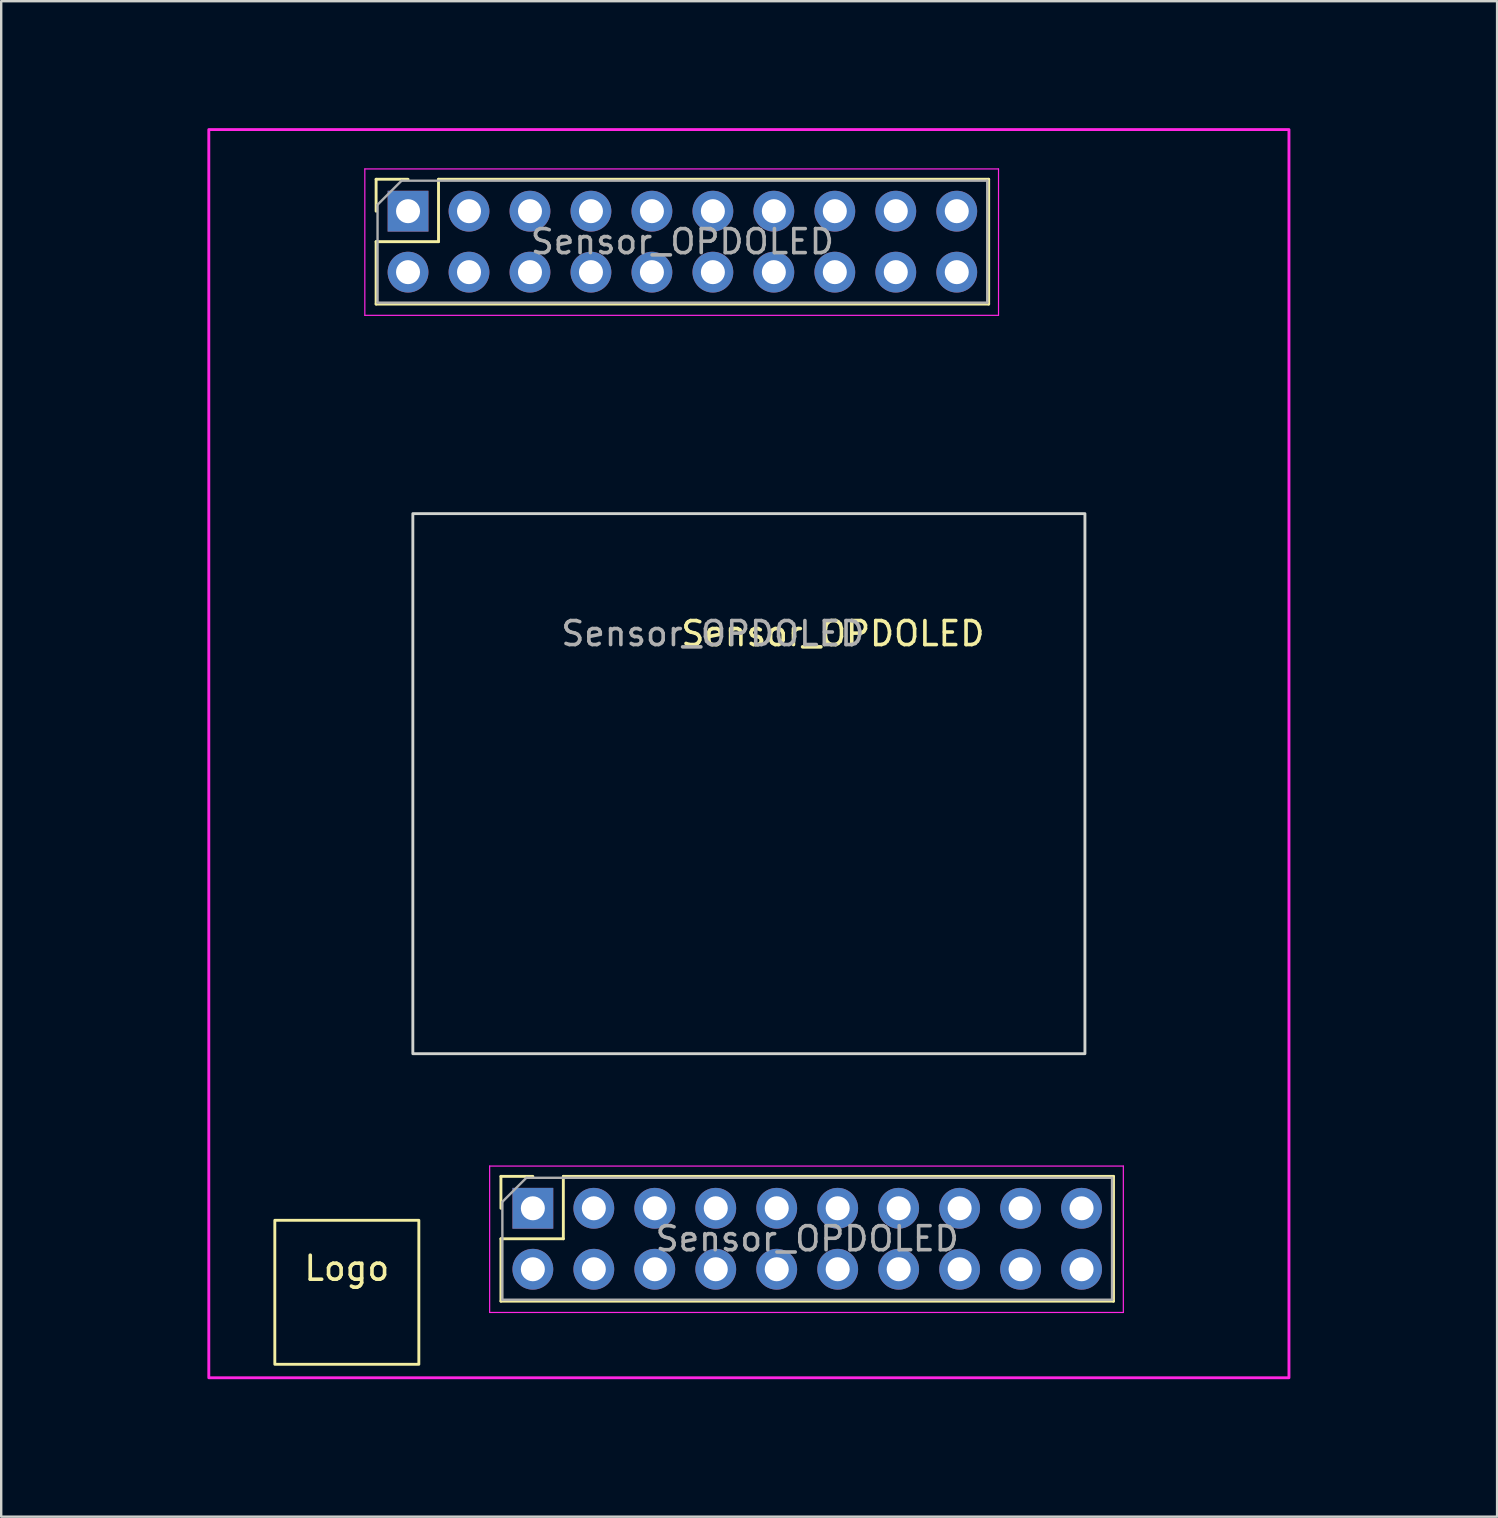
<source format=kicad_pcb>
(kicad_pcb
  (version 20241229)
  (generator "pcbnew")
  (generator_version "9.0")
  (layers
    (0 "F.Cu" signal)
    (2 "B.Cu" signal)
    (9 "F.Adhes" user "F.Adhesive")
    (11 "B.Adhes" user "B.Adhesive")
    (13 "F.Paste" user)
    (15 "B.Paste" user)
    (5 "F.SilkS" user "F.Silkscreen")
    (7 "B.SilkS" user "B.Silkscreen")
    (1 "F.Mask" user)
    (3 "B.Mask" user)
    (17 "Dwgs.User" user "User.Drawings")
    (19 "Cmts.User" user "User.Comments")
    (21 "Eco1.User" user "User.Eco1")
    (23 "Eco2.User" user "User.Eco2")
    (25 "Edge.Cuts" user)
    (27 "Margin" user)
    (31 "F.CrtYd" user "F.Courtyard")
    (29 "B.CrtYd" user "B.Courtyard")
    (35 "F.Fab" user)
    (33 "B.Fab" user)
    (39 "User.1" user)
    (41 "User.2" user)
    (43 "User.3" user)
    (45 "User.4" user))
  (footprint "Sensor_OPDOLED"
    (layer "F.Cu")
    (at 19.029 8.288)
    (property "Reference" "Sensor_OPDOLED" (at 12.62 15.06 0) (unlocked yes) (layer "F.SilkS") (effects (font (size 1 1) (thickness 0.15))))
    (attr through_hole)
    (fp_line (start -6.41 -3.87) (end -5.08 -3.87) (stroke (width 0.12) (type solid)) (layer "F.SilkS"))
    (fp_line (start -6.41 -2.54) (end -6.41 -3.87) (stroke (width 0.12) (type solid)) (layer "F.SilkS"))
    (fp_line (start -6.41 -1.27) (end -3.81 -1.27) (stroke (width 0.12) (type solid)) (layer "F.SilkS"))
    (fp_line (start -6.41 1.33) (end -6.41 -1.27) (stroke (width 0.12) (type solid)) (layer "F.SilkS"))
    (fp_line (start -6.41 1.33) (end 19.11 1.33) (stroke (width 0.12) (type solid)) (layer "F.SilkS"))
    (fp_line (start -3.81 -3.87) (end 19.11 -3.87) (stroke (width 0.12) (type solid)) (layer "F.SilkS"))
    (fp_line (start -3.81 -1.27) (end -3.81 -3.87) (stroke (width 0.12) (type solid)) (layer "F.SilkS"))
    (fp_line (start -1.21 37.67) (end 0.12 37.67) (stroke (width 0.12) (type solid)) (layer "F.SilkS"))
    (fp_line (start -1.21 39) (end -1.21 37.67) (stroke (width 0.12) (type solid)) (layer "F.SilkS"))
    (fp_line (start -1.21 40.27) (end 1.39 40.27) (stroke (width 0.12) (type solid)) (layer "F.SilkS"))
    (fp_line (start -1.21 42.87) (end -1.21 40.27) (stroke (width 0.12) (type solid)) (layer "F.SilkS"))
    (fp_line (start -1.21 42.87) (end 24.31 42.87) (stroke (width 0.12) (type solid)) (layer "F.SilkS"))
    (fp_line (start 1.39 37.67) (end 24.31 37.67) (stroke (width 0.12) (type solid)) (layer "F.SilkS"))
    (fp_line (start 1.39 40.27) (end 1.39 37.67) (stroke (width 0.12) (type solid)) (layer "F.SilkS"))
    (fp_line (start 19.11 1.33) (end 19.11 -3.87) (stroke (width 0.12) (type solid)) (layer "F.SilkS"))
    (fp_line (start 24.31 42.87) (end 24.31 37.67) (stroke (width 0.12) (type solid)) (layer "F.SilkS"))
    (fp_rect (start -4.63 45.5) (end -10.63 39.5) (stroke (width 0.12) (type solid)) (fill no) (layer "F.SilkS"))
    (fp_rect (start -4.88 10.06) (end 23.12 32.56) (stroke (width 0.12) (type solid)) (fill no) (layer "Edge.Cuts"))
    (fp_line (start -6.88 -4.3) (end 19.52 -4.3) (stroke (width 0.05) (type solid)) (layer "F.CrtYd"))
    (fp_line (start -6.88 1.8) (end -6.88 -4.3) (stroke (width 0.05) (type solid)) (layer "F.CrtYd"))
    (fp_line (start -1.68 37.24) (end 24.72 37.24) (stroke (width 0.05) (type solid)) (layer "F.CrtYd"))
    (fp_line (start -1.68 43.34) (end -1.68 37.24) (stroke (width 0.05) (type solid)) (layer "F.CrtYd"))
    (fp_line (start 19.52 -4.3) (end 19.52 1.8) (stroke (width 0.05) (type solid)) (layer "F.CrtYd"))
    (fp_line (start 19.52 1.8) (end -6.88 1.8) (stroke (width 0.05) (type solid)) (layer "F.CrtYd"))
    (fp_line (start 24.72 37.24) (end 24.72 43.34) (stroke (width 0.05) (type solid)) (layer "F.CrtYd"))
    (fp_line (start 24.72 43.34) (end -1.68 43.34) (stroke (width 0.05) (type solid)) (layer "F.CrtYd"))
    (fp_rect (start -13.38 -5.94) (end 31.62 46.06) (stroke (width 0.12) (type solid)) (fill no) (layer "F.CrtYd"))
    (fp_line (start -6.35 -2.81) (end -5.35 -3.81) (stroke (width 0.1) (type solid)) (layer "F.Fab"))
    (fp_line (start -6.35 1.27) (end -6.35 -2.81) (stroke (width 0.1) (type solid)) (layer "F.Fab"))
    (fp_line (start -5.35 -3.81) (end 19.05 -3.81) (stroke (width 0.1) (type solid)) (layer "F.Fab"))
    (fp_line (start -1.15 38.73) (end -0.15 37.73) (stroke (width 0.1) (type solid)) (layer "F.Fab"))
    (fp_line (start -1.15 42.81) (end -1.15 38.73) (stroke (width 0.1) (type solid)) (layer "F.Fab"))
    (fp_line (start -0.15 37.73) (end 24.25 37.73) (stroke (width 0.1) (type solid)) (layer "F.Fab"))
    (fp_line (start 19.05 -3.81) (end 19.05 1.27) (stroke (width 0.1) (type solid)) (layer "F.Fab"))
    (fp_line (start 19.05 1.27) (end -6.35 1.27) (stroke (width 0.1) (type solid)) (layer "F.Fab"))
    (fp_line (start 24.25 37.73) (end 24.25 42.81) (stroke (width 0.1) (type solid)) (layer "F.Fab"))
    (fp_line (start 24.25 42.81) (end -1.15 42.81) (stroke (width 0.1) (type solid)) (layer "F.Fab"))
    (fp_line (start -13.38 -2.54) (end -5.08 -2.54) (stroke (width 0.12) (type solid)) (layer "User.1"))
    (fp_line (start -13.38 39) (end 0.12 39) (stroke (width 0.12) (type solid)) (layer "User.1"))
    (fp_line (start -5.08 -5.94) (end -5.08 -2.54) (stroke (width 0.12) (type solid)) (layer "User.1"))
    (fp_line (start -4.88 11) (end -13.38 11) (stroke (width 0.12) (type solid)) (layer "User.1"))
    (fp_line (start 0 0) (end 0 39) (stroke (width 0.12) (type solid)) (layer "User.1"))
    (fp_line (start 22.25 10) (end 22.25 -6) (stroke (width 0.12) (type solid)) (layer "User.1"))
    (fp_line (start 31.62 10.75) (end 23.12 10.75) (stroke (width 0.12) (type solid)) (layer "User.1"))
    (fp_text user "Logo" (at -7.63 41.5 0) (unlocked yes) (layer "F.SilkS") (effects (font (size 1 1) (thickness 0.15))))
    (fp_text user "${REFERENCE}" (at 6.35 -1.27 180) (layer "F.Fab") (effects (font (size 1 1) (thickness 0.15))))
    (fp_text user "${REFERENCE}" (at 7.62 15.06 0) (unlocked yes) (layer "F.Fab") (effects (font (size 1 1) (thickness 0.15))))
    (fp_text user "${REFERENCE}" (at 11.55 40.27 180) (layer "F.Fab") (effects (font (size 1 1) (thickness 0.15))))
    (fp_text user "20.5mm" (at -8.38 22.06 0) (unlocked yes) (layer "User.1") (effects (font (size 1 1) (thickness 0.15))))
    (fp_text user "13.5mm" (at -7.63 38 0) (unlocked yes) (layer "User.1") (effects (font (size 1 1) (thickness 0.15))))
    (fp_text user "3.4mm" (at -16.38 -4.44 0) (unlocked yes) (layer "User.1") (effects (font (size 1 1) (thickness 0.15))))
    (fp_text user "8.3mm" (at -8.88 -7.44 0) (unlocked yes) (layer "User.1") (effects (font (size 1 1) (thickness 0.15))))
    (fp_text user "39mm" (at 3.5 20.5 0) (unlocked yes) (layer "User.1") (effects (font (size 1 1) (thickness 0.15))))
    (fp_text user "8.5mm" (at -9.25 9.25 0) (unlocked yes) (layer "User.1") (effects (font (size 1 1) (thickness 0.15))))
    (fp_text user "52mm" (at 34.88 19.46 0) (unlocked yes) (layer "User.1") (effects (font (size 1 1) (thickness 0.15))))
    (fp_text user "45mm" (at 9.25 48 0) (unlocked yes) (layer "User.1") (effects (font (size 1 1) (thickness 0.15))))
    (fp_text user "16mm" (at 26.12 2.06 0) (unlocked yes) (layer "User.1") (effects (font (size 1 1) (thickness 0.15))))
    (fp_text user "8.5mm" (at 27.12 8.56 0) (unlocked yes) (layer "User.1") (effects (font (size 1 1) (thickness 0.15))))
    (pad "1" thru_hole rect (at -5.08 -2.54 90) (size 1.7 1.7) (drill 1) (layers "*.Cu" "*.Mask"))
    (pad "1" thru_hole rect (at 0.12 39 90) (size 1.7 1.7) (drill 1) (layers "*.Cu" "*.Mask"))
    (pad "2" thru_hole oval (at -5.08 0 90) (size 1.7 1.7) (drill 1) (layers "*.Cu" "*.Mask"))
    (pad "2" thru_hole oval (at 0.12 41.54 90) (size 1.7 1.7) (drill 1) (layers "*.Cu" "*.Mask"))
    (pad "3" thru_hole oval (at -2.54 -2.54 90) (size 1.7 1.7) (drill 1) (layers "*.Cu" "*.Mask"))
    (pad "3" thru_hole oval (at 2.66 39 90) (size 1.7 1.7) (drill 1) (layers "*.Cu" "*.Mask"))
    (pad "4" thru_hole oval (at -2.54 0 90) (size 1.7 1.7) (drill 1) (layers "*.Cu" "*.Mask"))
    (pad "4" thru_hole oval (at 2.66 41.54 90) (size 1.7 1.7) (drill 1) (layers "*.Cu" "*.Mask"))
    (pad "5" thru_hole oval (at 0 -2.54 90) (size 1.7 1.7) (drill 1) (layers "*.Cu" "*.Mask"))
    (pad "5" thru_hole oval (at 5.2 39 90) (size 1.7 1.7) (drill 1) (layers "*.Cu" "*.Mask"))
    (pad "6" thru_hole oval (at 0 0 90) (size 1.7 1.7) (drill 1) (layers "*.Cu" "*.Mask"))
    (pad "6" thru_hole oval (at 5.2 41.54 90) (size 1.7 1.7) (drill 1) (layers "*.Cu" "*.Mask"))
    (pad "7" thru_hole oval (at 2.54 -2.54 90) (size 1.7 1.7) (drill 1) (layers "*.Cu" "*.Mask"))
    (pad "7" thru_hole oval (at 7.74 39 90) (size 1.7 1.7) (drill 1) (layers "*.Cu" "*.Mask"))
    (pad "8" thru_hole oval (at 2.54 0 90) (size 1.7 1.7) (drill 1) (layers "*.Cu" "*.Mask"))
    (pad "8" thru_hole oval (at 7.74 41.54 90) (size 1.7 1.7) (drill 1) (layers "*.Cu" "*.Mask"))
    (pad "9" thru_hole oval (at 5.08 -2.54 90) (size 1.7 1.7) (drill 1) (layers "*.Cu" "*.Mask"))
    (pad "9" thru_hole oval (at 10.28 39 90) (size 1.7 1.7) (drill 1) (layers "*.Cu" "*.Mask"))
    (pad "10" thru_hole oval (at 5.08 0 90) (size 1.7 1.7) (drill 1) (layers "*.Cu" "*.Mask"))
    (pad "10" thru_hole oval (at 10.28 41.54 90) (size 1.7 1.7) (drill 1) (layers "*.Cu" "*.Mask"))
    (pad "11" thru_hole oval (at 7.62 -2.54 90) (size 1.7 1.7) (drill 1) (layers "*.Cu" "*.Mask"))
    (pad "11" thru_hole oval (at 12.82 39 90) (size 1.7 1.7) (drill 1) (layers "*.Cu" "*.Mask"))
    (pad "12" thru_hole oval (at 7.62 0 90) (size 1.7 1.7) (drill 1) (layers "*.Cu" "*.Mask"))
    (pad "12" thru_hole oval (at 12.82 41.54 90) (size 1.7 1.7) (drill 1) (layers "*.Cu" "*.Mask"))
    (pad "13" thru_hole oval (at 10.16 -2.54 90) (size 1.7 1.7) (drill 1) (layers "*.Cu" "*.Mask"))
    (pad "13" thru_hole oval (at 15.36 39 90) (size 1.7 1.7) (drill 1) (layers "*.Cu" "*.Mask"))
    (pad "14" thru_hole oval (at 10.16 0 90) (size 1.7 1.7) (drill 1) (layers "*.Cu" "*.Mask"))
    (pad "14" thru_hole oval (at 15.36 41.54 90) (size 1.7 1.7) (drill 1) (layers "*.Cu" "*.Mask"))
    (pad "15" thru_hole oval (at 12.7 -2.54 90) (size 1.7 1.7) (drill 1) (layers "*.Cu" "*.Mask"))
    (pad "15" thru_hole oval (at 17.9 39 90) (size 1.7 1.7) (drill 1) (layers "*.Cu" "*.Mask"))
    (pad "16" thru_hole oval (at 12.7 0 90) (size 1.7 1.7) (drill 1) (layers "*.Cu" "*.Mask"))
    (pad "16" thru_hole oval (at 17.9 41.54 90) (size 1.7 1.7) (drill 1) (layers "*.Cu" "*.Mask"))
    (pad "17" thru_hole oval (at 15.24 -2.54 90) (size 1.7 1.7) (drill 1) (layers "*.Cu" "*.Mask"))
    (pad "17" thru_hole oval (at 20.44 39 90) (size 1.7 1.7) (drill 1) (layers "*.Cu" "*.Mask"))
    (pad "18" thru_hole oval (at 15.24 0 90) (size 1.7 1.7) (drill 1) (layers "*.Cu" "*.Mask"))
    (pad "18" thru_hole oval (at 20.44 41.54 90) (size 1.7 1.7) (drill 1) (layers "*.Cu" "*.Mask"))
    (pad "19" thru_hole oval (at 17.78 -2.54 90) (size 1.7 1.7) (drill 1) (layers "*.Cu" "*.Mask"))
    (pad "19" thru_hole oval (at 22.98 39 90) (size 1.7 1.7) (drill 1) (layers "*.Cu" "*.Mask"))
    (pad "20" thru_hole oval (at 17.78 0 90) (size 1.7 1.7) (drill 1) (layers "*.Cu" "*.Mask"))
    (pad "20" thru_hole oval (at 22.98 41.54 90) (size 1.7 1.7) (drill 1) (layers "*.Cu" "*.Mask")))
  (gr_rect
    (start -3 -3)
    (end 59.32 60.136)
    (stroke (width 0.1) (type default))
    (fill no)
    (layer "Edge.Cuts")))
</source>
